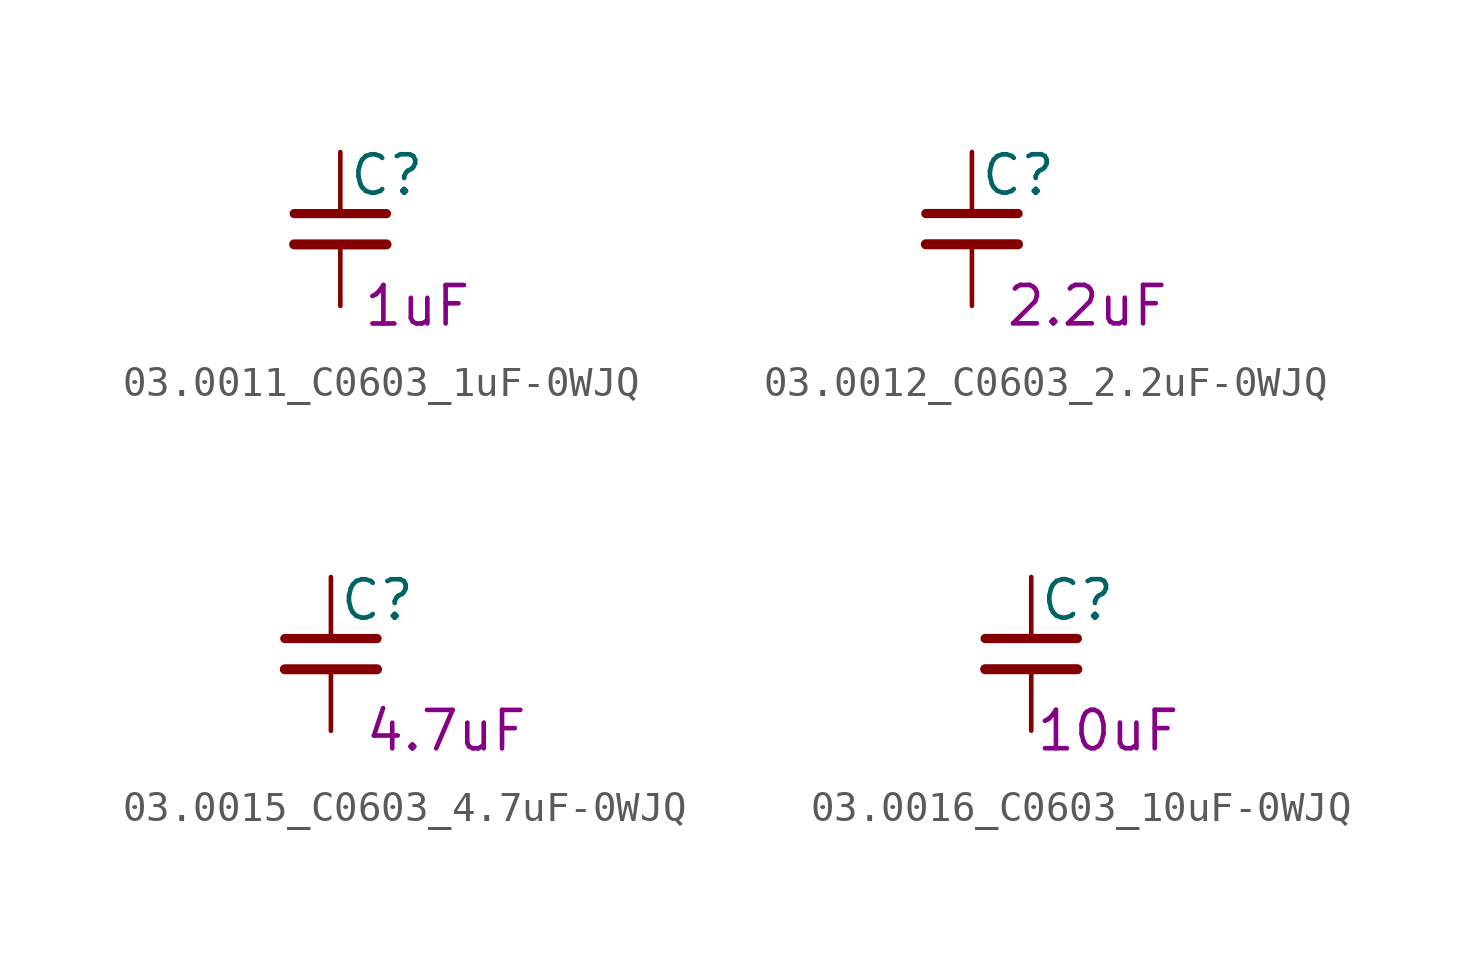
<source format=kicad_sym>
(kicad_symbol_lib
  (version 20201005)
  (generator kicad_symbol_editor)
  (symbol "03.0011_C0603_1uF-0WJQ"
    (pin_numbers hide)
    (pin_names
      (offset 0.254) hide)
    (property "Reference" "C"
      (at 0.254 1.778 0)
      (effects (font (size 1.27 1.27)) (justify left)))
    (property "参数" "1uF"
      (at 2.54 -2.54 0)
      (effects (font (size 1.27 1.27))))
    (symbol "03.0011_C0603_1uF-0WJQ_0_1"
      (polyline (pts (xy -1.524 -0.508) (xy 1.524 -0.508)) (stroke (width 0.33)) (fill (type none)))
      (polyline (pts (xy -1.524 0.508) (xy 1.524 0.508)) (stroke (width 0.305)) (fill (type none))))
    (symbol "03.0011_C0603_1uF-0WJQ_1_1"
      (pin passive line (at 0 2.54 270) (length 2.032) (name "~" (effects (font (size 1.27 1.27)))) (number "1" (effects (font (size 1.27 1.27)))))
      (pin passive line (at 0 -2.54 90) (length 2.032) (name "~" (effects (font (size 1.27 1.27)))) (number "2" (effects (font (size 1.27 1.27)))))))
  (symbol "03.0012_C0603_2.2uF-0WJQ"
    (pin_numbers hide)
    (pin_names
      (offset 0.254) hide)
    (property "Reference" "C"
      (at 0.254 1.778 0)
      (effects (font (size 1.27 1.27)) (justify left)))
    (property "参数" "2.2uF"
      (at 3.81 -2.54 0)
      (effects (font (size 1.27 1.27))))
    (symbol "03.0012_C0603_2.2uF-0WJQ_0_1"
      (polyline (pts (xy -1.524 -0.508) (xy 1.524 -0.508)) (stroke (width 0.33)) (fill (type none)))
      (polyline (pts (xy -1.524 0.508) (xy 1.524 0.508)) (stroke (width 0.305)) (fill (type none))))
    (symbol "03.0012_C0603_2.2uF-0WJQ_1_1"
      (pin passive line (at 0 2.54 270) (length 2.032) (name "~" (effects (font (size 1.27 1.27)))) (number "1" (effects (font (size 1.27 1.27)))))
      (pin passive line (at 0 -2.54 90) (length 2.032) (name "~" (effects (font (size 1.27 1.27)))) (number "2" (effects (font (size 1.27 1.27)))))))
  (symbol "03.0015_C0603_4.7uF-0WJQ"
    (pin_numbers hide)
    (pin_names
      (offset 0.254) hide)
    (property "Reference" "C"
      (at 0.254 1.778 0)
      (effects (font (size 1.27 1.27)) (justify left)))
    (property "参数" "4.7uF"
      (at 3.81 -2.54 0)
      (effects (font (size 1.27 1.27))))
    (symbol "03.0015_C0603_4.7uF-0WJQ_0_1"
      (polyline (pts (xy -1.524 -0.508) (xy 1.524 -0.508)) (stroke (width 0.33)) (fill (type none)))
      (polyline (pts (xy -1.524 0.508) (xy 1.524 0.508)) (stroke (width 0.305)) (fill (type none))))
    (symbol "03.0015_C0603_4.7uF-0WJQ_1_1"
      (pin passive line (at 0 2.54 270) (length 2.032) (name "~" (effects (font (size 1.27 1.27)))) (number "1" (effects (font (size 1.27 1.27)))))
      (pin passive line (at 0 -2.54 90) (length 2.032) (name "~" (effects (font (size 1.27 1.27)))) (number "2" (effects (font (size 1.27 1.27)))))))
  (symbol "03.0016_C0603_10uF-0WJQ"
    (pin_numbers hide)
    (pin_names
      (offset 0.254) hide)
    (property "Reference" "C"
      (at 0.254 1.778 0)
      (effects (font (size 1.27 1.27)) (justify left)))
    (property "参数" "10uF"
      (at 2.54 -2.54 0)
      (effects (font (size 1.27 1.27))))
    (symbol "03.0016_C0603_10uF-0WJQ_0_1"
      (polyline (pts (xy -1.524 -0.508) (xy 1.524 -0.508)) (stroke (width 0.33)) (fill (type none)))
      (polyline (pts (xy -1.524 0.508) (xy 1.524 0.508)) (stroke (width 0.305)) (fill (type none))))
    (symbol "03.0016_C0603_10uF-0WJQ_1_1"
      (pin passive line (at 0 2.54 270) (length 2.032) (name "~" (effects (font (size 1.27 1.27)))) (number "1" (effects (font (size 1.27 1.27)))))
      (pin passive line (at 0 -2.54 90) (length 2.032) (name "~" (effects (font (size 1.27 1.27)))) (number "2" (effects (font (size 1.27 1.27))))))))
</source>
